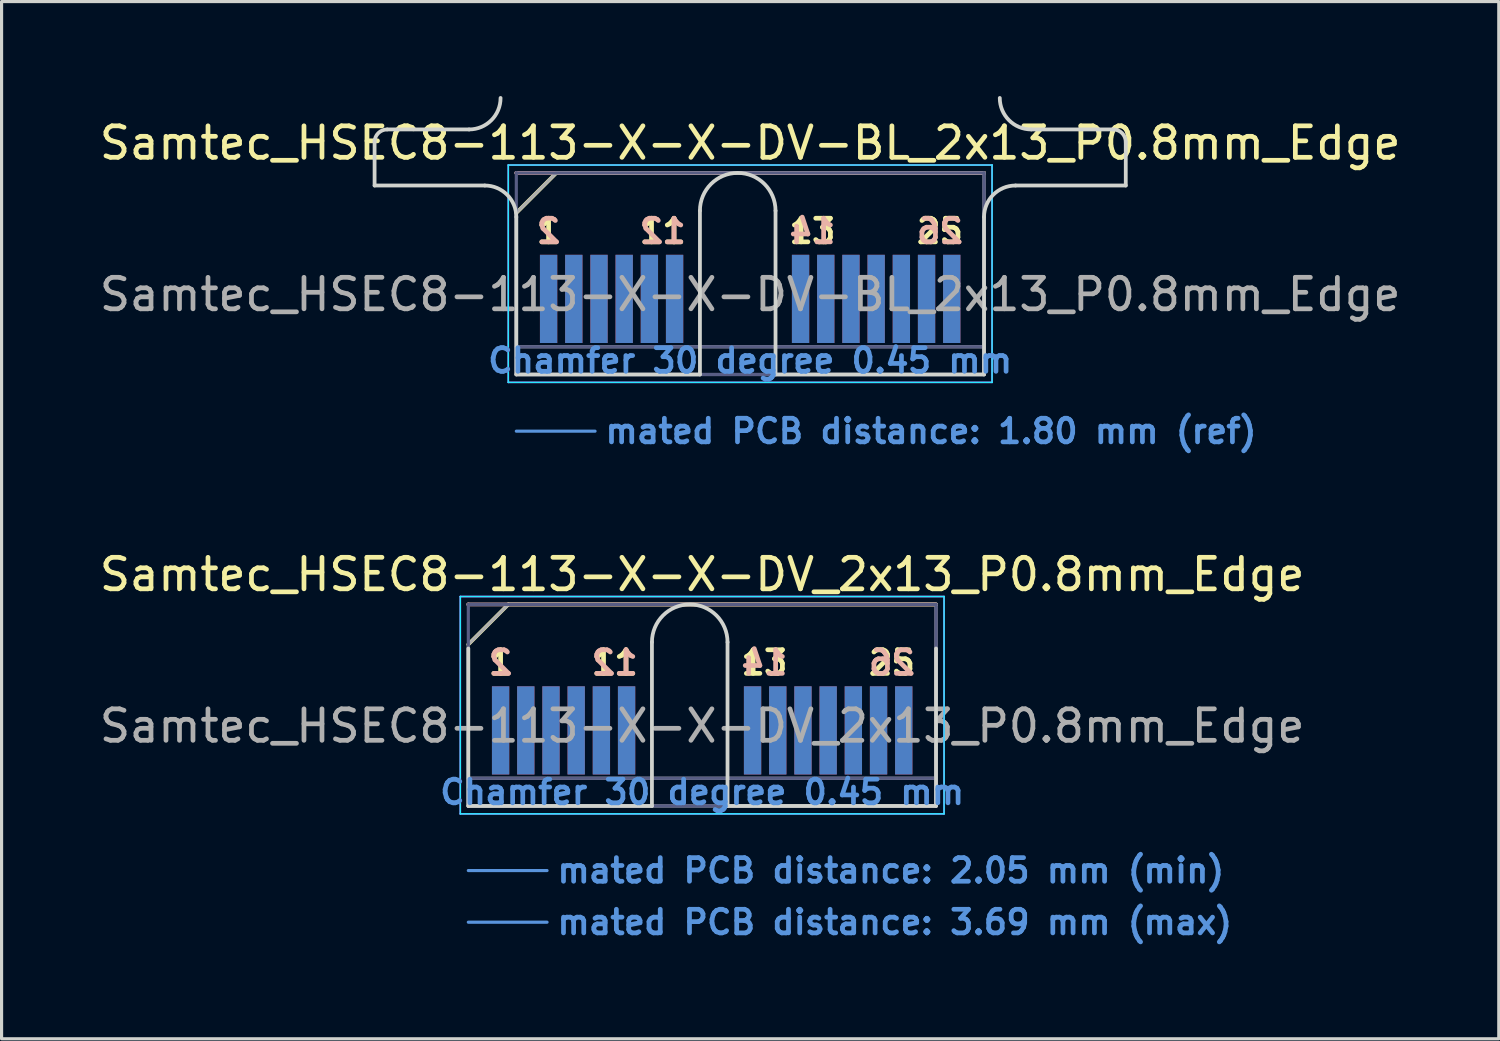
<source format=kicad_pcb>
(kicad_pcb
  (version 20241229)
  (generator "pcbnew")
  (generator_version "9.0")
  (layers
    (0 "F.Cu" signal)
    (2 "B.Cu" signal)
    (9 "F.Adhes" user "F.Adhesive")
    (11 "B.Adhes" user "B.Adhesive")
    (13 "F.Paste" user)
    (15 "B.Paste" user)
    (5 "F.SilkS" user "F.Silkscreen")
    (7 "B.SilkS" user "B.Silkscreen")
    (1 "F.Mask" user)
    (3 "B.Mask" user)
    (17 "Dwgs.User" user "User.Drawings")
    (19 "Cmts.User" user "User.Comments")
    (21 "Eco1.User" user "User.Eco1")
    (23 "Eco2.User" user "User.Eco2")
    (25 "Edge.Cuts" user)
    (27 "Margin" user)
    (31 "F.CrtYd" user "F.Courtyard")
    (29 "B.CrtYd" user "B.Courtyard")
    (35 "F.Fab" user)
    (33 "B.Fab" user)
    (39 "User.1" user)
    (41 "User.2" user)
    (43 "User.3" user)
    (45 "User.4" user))
  (footprint "Samtec_HSEC8-113-X-X-DV_2x13_P0.8mm_Edge"
    (layer "F.Cu")
    (at 19.244 22.54)
    (property "Reference" "Samtec_HSEC8-113-X-X-DV_2x13_P0.8mm_Edge" (at 0 -7.35 0) (layer "F.SilkS") (effects (font (size 1 1) (thickness 0.15))))
    (attr exclude_from_pos_files exclude_from_bom)
    (fp_line (start -7.425 -5.13) (end -6.155 -6.4) (stroke (width 0.12) (type solid)) (layer "F.SilkS"))
    (fp_line (start -6.155 -6.4) (end 7.425 -6.4) (stroke (width 0.12) (type solid)) (layer "F.SilkS"))
    (fp_line (start -7.425 -6.4) (end -7.425 -6.4) (stroke (width 0.12) (type solid)) (layer "B.SilkS"))
    (fp_line (start -7.425 -6.4) (end 7.425 -6.4) (stroke (width 0.12) (type solid)) (layer "B.SilkS"))
    (fp_line (start -7.425 2.05) (end -4.925 2.05) (stroke (width 0.1) (type solid)) (layer "Cmts.User"))
    (fp_line (start -7.425 3.69) (end -4.925 3.69) (stroke (width 0.1) (type solid)) (layer "Cmts.User"))
    (fp_line (start -7.425 -5) (end -7.425 0) (stroke (width 0.12) (type solid)) (layer "Edge.Cuts"))
    (fp_line (start -7.425 0) (end -1.595 0) (stroke (width 0.12) (type solid)) (layer "Edge.Cuts"))
    (fp_line (start -1.595 0) (end -1.595 -5.2) (stroke (width 0.12) (type solid)) (layer "Edge.Cuts"))
    (fp_line (start 0.805 -5.2) (end 0.805 0) (stroke (width 0.12) (type solid)) (layer "Edge.Cuts"))
    (fp_line (start 0.805 0) (end 7.425 0) (stroke (width 0.12) (type solid)) (layer "Edge.Cuts"))
    (fp_line (start 7.425 0) (end 7.425 -5) (stroke (width 0.12) (type solid)) (layer "Edge.Cuts"))
    (fp_arc (start -1.595 -5.2) (mid -0.395 -6.4) (end 0.805 -5.2) (stroke (width 0.12) (type solid)) (layer "Edge.Cuts"))
    (fp_line (start -7.68 -6.65) (end -7.68 0.25) (stroke (width 0.05) (type solid)) (layer "B.CrtYd"))
    (fp_line (start -7.68 0.25) (end 7.68 0.25) (stroke (width 0.05) (type solid)) (layer "B.CrtYd"))
    (fp_line (start 7.68 -6.65) (end -7.68 -6.65) (stroke (width 0.05) (type solid)) (layer "B.CrtYd"))
    (fp_line (start 7.68 0.25) (end 7.68 -6.65) (stroke (width 0.05) (type solid)) (layer "B.CrtYd"))
    (fp_line (start -7.68 -6.65) (end -7.68 0.25) (stroke (width 0.05) (type solid)) (layer "F.CrtYd"))
    (fp_line (start -7.68 0.25) (end 7.68 0.25) (stroke (width 0.05) (type solid)) (layer "F.CrtYd"))
    (fp_line (start 7.68 -6.65) (end -7.68 -6.65) (stroke (width 0.05) (type solid)) (layer "F.CrtYd"))
    (fp_line (start 7.68 0.25) (end 7.68 -6.65) (stroke (width 0.05) (type solid)) (layer "F.CrtYd"))
    (fp_line (start -7.425 -6.4) (end -7.425 -6.4) (stroke (width 0.1) (type solid)) (layer "B.Fab"))
    (fp_line (start -7.425 -6.4) (end -7.425 0) (stroke (width 0.1) (type solid)) (layer "B.Fab"))
    (fp_line (start -7.425 -6.4) (end 7.425 -6.4) (stroke (width 0.1) (type solid)) (layer "B.Fab"))
    (fp_line (start -7.425 -0.88) (end 7.425 -0.88) (stroke (width 0.1) (type solid)) (layer "B.Fab"))
    (fp_line (start -7.425 0) (end 7.425 0) (stroke (width 0.1) (type solid)) (layer "B.Fab"))
    (fp_line (start 7.425 -6.4) (end 7.425 0) (stroke (width 0.1) (type solid)) (layer "B.Fab"))
    (fp_line (start -7.425 -5.13) (end -7.425 0) (stroke (width 0.1) (type solid)) (layer "F.Fab"))
    (fp_line (start -7.425 -5.13) (end -6.155 -6.4) (stroke (width 0.1) (type solid)) (layer "F.Fab"))
    (fp_line (start -7.425 -0.88) (end 7.425 -0.88) (stroke (width 0.1) (type solid)) (layer "F.Fab"))
    (fp_line (start -7.425 0) (end 7.425 0) (stroke (width 0.1) (type solid)) (layer "F.Fab"))
    (fp_line (start -6.155 -6.4) (end 7.425 -6.4) (stroke (width 0.1) (type solid)) (layer "F.Fab"))
    (fp_line (start 7.425 -6.4) (end 7.425 0) (stroke (width 0.1) (type solid)) (layer "F.Fab"))
    (fp_text user "13" (at 1.975 -4.55 0) (layer "F.SilkS") (effects (font (size 0.75 0.75) (thickness 0.15))))
    (fp_text user "1" (at -6.4 -4.55 0) (layer "F.SilkS") (effects (font (size 0.75 0.75) (thickness 0.15))))
    (fp_text user "11" (at -2.775 -4.55 0) (layer "F.SilkS") (effects (font (size 0.75 0.75) (thickness 0.15))))
    (fp_text user "25" (at 6.025 -4.55 0) (layer "F.SilkS") (effects (font (size 0.75 0.75) (thickness 0.15))))
    (fp_text user "2" (at -6.4 -4.55 0) (layer "B.SilkS") (effects (font (size 0.75 0.75) (thickness 0.15)) (justify mirror)))
    (fp_text user "26" (at 6.025 -4.55 0) (layer "B.SilkS") (effects (font (size 0.75 0.75) (thickness 0.15)) (justify mirror)))
    (fp_text user "14" (at 1.975 -4.55 0) (layer "B.SilkS") (effects (font (size 0.75 0.75) (thickness 0.15)) (justify mirror)))
    (fp_text user "12" (at -2.775 -4.55 0) (layer "B.SilkS") (effects (font (size 0.75 0.75) (thickness 0.15)) (justify mirror)))
    (fp_text user "mated PCB distance: 3.69 mm (max)" (at -4.68 3.69 0) (layer "Cmts.User") (effects (font (size 0.75 0.75) (thickness 0.15)) (justify left)))
    (fp_text user "Chamfer 30 degree 0.45 mm" (at 0 -0.44 0) (layer "Cmts.User") (effects (font (size 0.75 0.75) (thickness 0.15))))
    (fp_text user "mated PCB distance: 2.05 mm (min)" (at -4.68 2.05 0) (layer "Cmts.User") (effects (font (size 0.75 0.75) (thickness 0.15)) (justify left)))
    (fp_text user "${REFERENCE}" (at 0 -2.54 0) (layer "F.Fab") (effects (font (size 1 1) (thickness 0.15))))
    (pad "1" connect rect (at -6.4 -2.4) (size 0.55 2.8) (layers "F.Cu" "F.Mask"))
    (pad "2" connect rect (at -6.4 -2.4) (size 0.55 2.8) (layers "B.Cu" "B.Mask"))
    (pad "3" connect rect (at -5.6 -2.4) (size 0.55 2.8) (layers "F.Cu" "F.Mask"))
    (pad "4" connect rect (at -5.6 -2.4) (size 0.55 2.8) (layers "B.Cu" "B.Mask"))
    (pad "5" connect rect (at -4.8 -2.4) (size 0.55 2.8) (layers "F.Cu" "F.Mask"))
    (pad "6" connect rect (at -4.8 -2.4) (size 0.55 2.8) (layers "B.Cu" "B.Mask"))
    (pad "7" connect rect (at -4 -2.4) (size 0.55 2.8) (layers "F.Cu" "F.Mask"))
    (pad "8" connect rect (at -4 -2.4) (size 0.55 2.8) (layers "B.Cu" "B.Mask"))
    (pad "9" connect rect (at -3.2 -2.4) (size 0.55 2.8) (layers "F.Cu" "F.Mask"))
    (pad "10" connect rect (at -3.2 -2.4) (size 0.55 2.8) (layers "B.Cu" "B.Mask"))
    (pad "11" connect rect (at -2.4 -2.4) (size 0.55 2.8) (layers "F.Cu" "F.Mask"))
    (pad "12" connect rect (at -2.4 -2.4) (size 0.55 2.8) (layers "B.Cu" "B.Mask"))
    (pad "13" connect rect (at 1.6 -2.4) (size 0.55 2.8) (layers "F.Cu" "F.Mask"))
    (pad "14" connect rect (at 1.6 -2.4) (size 0.55 2.8) (layers "B.Cu" "B.Mask"))
    (pad "15" connect rect (at 2.4 -2.4) (size 0.55 2.8) (layers "F.Cu" "F.Mask"))
    (pad "16" connect rect (at 2.4 -2.4) (size 0.55 2.8) (layers "B.Cu" "B.Mask"))
    (pad "17" connect rect (at 3.2 -2.4) (size 0.55 2.8) (layers "F.Cu" "F.Mask"))
    (pad "18" connect rect (at 3.2 -2.4) (size 0.55 2.8) (layers "B.Cu" "B.Mask"))
    (pad "19" connect rect (at 4 -2.4) (size 0.55 2.8) (layers "F.Cu" "F.Mask"))
    (pad "20" connect rect (at 4 -2.4) (size 0.55 2.8) (layers "B.Cu" "B.Mask"))
    (pad "21" connect rect (at 4.8 -2.4) (size 0.55 2.8) (layers "F.Cu" "F.Mask"))
    (pad "22" connect rect (at 4.8 -2.4) (size 0.55 2.8) (layers "B.Cu" "B.Mask"))
    (pad "23" connect rect (at 5.6 -2.4) (size 0.55 2.8) (layers "F.Cu" "F.Mask"))
    (pad "24" connect rect (at 5.6 -2.4) (size 0.55 2.8) (layers "B.Cu" "B.Mask"))
    (pad "25" connect rect (at 6.4 -2.4) (size 0.55 2.8) (layers "F.Cu" "F.Mask"))
    (pad "26" connect rect (at 6.4 -2.4) (size 0.55 2.8) (layers "B.Cu" "B.Mask")))
  (footprint "Samtec_HSEC8-113-X-X-DV-BL_2x13_P0.8mm_Edge"
    (layer "F.Cu")
    (at 20.768 8.84)
    (property "Reference" "Samtec_HSEC8-113-X-X-DV-BL_2x13_P0.8mm_Edge" (at 0 -7.35 0) (layer "F.SilkS") (effects (font (size 1 1) (thickness 0.15))))
    (attr exclude_from_pos_files exclude_from_bom)
    (fp_line (start -7.425 -5.13) (end -6.155 -6.4) (stroke (width 0.12) (type solid)) (layer "F.SilkS"))
    (fp_line (start -6.155 -6.4) (end 7.425 -6.4) (stroke (width 0.12) (type solid)) (layer "F.SilkS"))
    (fp_line (start -7.425 -6.4) (end -7.425 -6.4) (stroke (width 0.12) (type solid)) (layer "B.SilkS"))
    (fp_line (start -7.425 -6.4) (end 7.425 -6.4) (stroke (width 0.12) (type solid)) (layer "B.SilkS"))
    (fp_line (start -7.425 1.8) (end -4.925 1.8) (stroke (width 0.1) (type solid)) (layer "Cmts.User"))
    (fp_line (start -11.925 -6) (end -11.925 -7.38) (stroke (width 0.12) (type solid)) (layer "Edge.Cuts"))
    (fp_line (start -11.525 -7.78) (end -8.925 -7.78) (stroke (width 0.12) (type solid)) (layer "Edge.Cuts"))
    (fp_line (start -8.425 -6) (end -11.925 -6) (stroke (width 0.12) (type solid)) (layer "Edge.Cuts"))
    (fp_line (start -7.425 -5) (end -7.425 0) (stroke (width 0.12) (type solid)) (layer "Edge.Cuts"))
    (fp_line (start -7.425 0) (end -1.595 0) (stroke (width 0.12) (type solid)) (layer "Edge.Cuts"))
    (fp_line (start -1.595 0) (end -1.595 -5.2) (stroke (width 0.12) (type solid)) (layer "Edge.Cuts"))
    (fp_line (start 0.805 -5.2) (end 0.805 0) (stroke (width 0.12) (type solid)) (layer "Edge.Cuts"))
    (fp_line (start 0.805 0) (end 7.425 0) (stroke (width 0.12) (type solid)) (layer "Edge.Cuts"))
    (fp_line (start 7.425 0) (end 7.425 -5) (stroke (width 0.12) (type solid)) (layer "Edge.Cuts"))
    (fp_line (start 8.425 -6) (end 11.925 -6) (stroke (width 0.12) (type solid)) (layer "Edge.Cuts"))
    (fp_line (start 11.525 -7.78) (end 8.925 -7.78) (stroke (width 0.12) (type solid)) (layer "Edge.Cuts"))
    (fp_line (start 11.925 -6) (end 11.925 -7.38) (stroke (width 0.12) (type solid)) (layer "Edge.Cuts"))
    (fp_arc (start -11.925 -7.38) (mid -11.807843 -7.662843) (end -11.525 -7.78) (stroke (width 0.12) (type solid)) (layer "Edge.Cuts"))
    (fp_arc (start -8.425 -6) (mid -7.717893 -5.707107) (end -7.425 -5) (stroke (width 0.12) (type solid)) (layer "Edge.Cuts"))
    (fp_arc (start -7.925 -8.78) (mid -8.217893 -8.072893) (end -8.925 -7.78) (stroke (width 0.12) (type solid)) (layer "Edge.Cuts"))
    (fp_arc (start -1.595 -5.2) (mid -0.395 -6.4) (end 0.805 -5.2) (stroke (width 0.12) (type solid)) (layer "Edge.Cuts"))
    (fp_arc (start 7.425 -5) (mid 7.717893 -5.707107) (end 8.425 -6) (stroke (width 0.12) (type solid)) (layer "Edge.Cuts"))
    (fp_arc (start 8.925 -7.78) (mid 8.217893 -8.072893) (end 7.925 -8.78) (stroke (width 0.12) (type solid)) (layer "Edge.Cuts"))
    (fp_arc (start 11.525 -7.78) (mid 11.807843 -7.662843) (end 11.925 -7.38) (stroke (width 0.12) (type solid)) (layer "Edge.Cuts"))
    (fp_line (start -7.68 -6.65) (end -7.68 0.25) (stroke (width 0.05) (type solid)) (layer "B.CrtYd"))
    (fp_line (start -7.68 0.25) (end 7.68 0.25) (stroke (width 0.05) (type solid)) (layer "B.CrtYd"))
    (fp_line (start 7.68 -6.65) (end -7.68 -6.65) (stroke (width 0.05) (type solid)) (layer "B.CrtYd"))
    (fp_line (start 7.68 0.25) (end 7.68 -6.65) (stroke (width 0.05) (type solid)) (layer "B.CrtYd"))
    (fp_line (start -7.68 -6.65) (end -7.68 0.25) (stroke (width 0.05) (type solid)) (layer "F.CrtYd"))
    (fp_line (start -7.68 0.25) (end 7.68 0.25) (stroke (width 0.05) (type solid)) (layer "F.CrtYd"))
    (fp_line (start 7.68 -6.65) (end -7.68 -6.65) (stroke (width 0.05) (type solid)) (layer "F.CrtYd"))
    (fp_line (start 7.68 0.25) (end 7.68 -6.65) (stroke (width 0.05) (type solid)) (layer "F.CrtYd"))
    (fp_line (start -7.425 -6.4) (end -7.425 -6.4) (stroke (width 0.1) (type solid)) (layer "B.Fab"))
    (fp_line (start -7.425 -6.4) (end -7.425 0) (stroke (width 0.1) (type solid)) (layer "B.Fab"))
    (fp_line (start -7.425 -6.4) (end 7.425 -6.4) (stroke (width 0.1) (type solid)) (layer "B.Fab"))
    (fp_line (start -7.425 -0.88) (end 7.425 -0.88) (stroke (width 0.1) (type solid)) (layer "B.Fab"))
    (fp_line (start -7.425 0) (end 7.425 0) (stroke (width 0.1) (type solid)) (layer "B.Fab"))
    (fp_line (start 7.425 -6.4) (end 7.425 0) (stroke (width 0.1) (type solid)) (layer "B.Fab"))
    (fp_line (start -7.425 -5.13) (end -7.425 0) (stroke (width 0.1) (type solid)) (layer "F.Fab"))
    (fp_line (start -7.425 -5.13) (end -6.155 -6.4) (stroke (width 0.1) (type solid)) (layer "F.Fab"))
    (fp_line (start -7.425 -0.88) (end 7.425 -0.88) (stroke (width 0.1) (type solid)) (layer "F.Fab"))
    (fp_line (start -7.425 0) (end 7.425 0) (stroke (width 0.1) (type solid)) (layer "F.Fab"))
    (fp_line (start -6.155 -6.4) (end 7.425 -6.4) (stroke (width 0.1) (type solid)) (layer "F.Fab"))
    (fp_line (start 7.425 -6.4) (end 7.425 0) (stroke (width 0.1) (type solid)) (layer "F.Fab"))
    (fp_text user "25" (at 6.025 -4.55 0) (layer "F.SilkS") (effects (font (size 0.75 0.75) (thickness 0.15))))
    (fp_text user "13" (at 1.975 -4.55 0) (layer "F.SilkS") (effects (font (size 0.75 0.75) (thickness 0.15))))
    (fp_text user "11" (at -2.775 -4.55 0) (layer "F.SilkS") (effects (font (size 0.75 0.75) (thickness 0.15))))
    (fp_text user "1" (at -6.4 -4.55 0) (layer "F.SilkS") (effects (font (size 0.75 0.75) (thickness 0.15))))
    (fp_text user "14" (at 1.975 -4.55 0) (layer "B.SilkS") (effects (font (size 0.75 0.75) (thickness 0.15)) (justify mirror)))
    (fp_text user "2" (at -6.4 -4.55 0) (layer "B.SilkS") (effects (font (size 0.75 0.75) (thickness 0.15)) (justify mirror)))
    (fp_text user "12" (at -2.775 -4.55 0) (layer "B.SilkS") (effects (font (size 0.75 0.75) (thickness 0.15)) (justify mirror)))
    (fp_text user "26" (at 6.025 -4.55 0) (layer "B.SilkS") (effects (font (size 0.75 0.75) (thickness 0.15)) (justify mirror)))
    (fp_text user "Chamfer 30 degree 0.45 mm" (at 0 -0.44 0) (layer "Cmts.User") (effects (font (size 0.75 0.75) (thickness 0.15))))
    (fp_text user "mated PCB distance: 1.80 mm (ref)" (at -4.68 1.8 0) (layer "Cmts.User") (effects (font (size 0.75 0.75) (thickness 0.15)) (justify left)))
    (fp_text user "${REFERENCE}" (at 0 -2.54 0) (layer "F.Fab") (effects (font (size 1 1) (thickness 0.15))))
    (pad "1" connect rect (at -6.4 -2.4) (size 0.55 2.8) (layers "F.Cu" "F.Mask"))
    (pad "2" connect rect (at -6.4 -2.4) (size 0.55 2.8) (layers "B.Cu" "B.Mask"))
    (pad "3" connect rect (at -5.6 -2.4) (size 0.55 2.8) (layers "F.Cu" "F.Mask"))
    (pad "4" connect rect (at -5.6 -2.4) (size 0.55 2.8) (layers "B.Cu" "B.Mask"))
    (pad "5" connect rect (at -4.8 -2.4) (size 0.55 2.8) (layers "F.Cu" "F.Mask"))
    (pad "6" connect rect (at -4.8 -2.4) (size 0.55 2.8) (layers "B.Cu" "B.Mask"))
    (pad "7" connect rect (at -4 -2.4) (size 0.55 2.8) (layers "F.Cu" "F.Mask"))
    (pad "8" connect rect (at -4 -2.4) (size 0.55 2.8) (layers "B.Cu" "B.Mask"))
    (pad "9" connect rect (at -3.2 -2.4) (size 0.55 2.8) (layers "F.Cu" "F.Mask"))
    (pad "10" connect rect (at -3.2 -2.4) (size 0.55 2.8) (layers "B.Cu" "B.Mask"))
    (pad "11" connect rect (at -2.4 -2.4) (size 0.55 2.8) (layers "F.Cu" "F.Mask"))
    (pad "12" connect rect (at -2.4 -2.4) (size 0.55 2.8) (layers "B.Cu" "B.Mask"))
    (pad "13" connect rect (at 1.6 -2.4) (size 0.55 2.8) (layers "F.Cu" "F.Mask"))
    (pad "14" connect rect (at 1.6 -2.4) (size 0.55 2.8) (layers "B.Cu" "B.Mask"))
    (pad "15" connect rect (at 2.4 -2.4) (size 0.55 2.8) (layers "F.Cu" "F.Mask"))
    (pad "16" connect rect (at 2.4 -2.4) (size 0.55 2.8) (layers "B.Cu" "B.Mask"))
    (pad "17" connect rect (at 3.2 -2.4) (size 0.55 2.8) (layers "F.Cu" "F.Mask"))
    (pad "18" connect rect (at 3.2 -2.4) (size 0.55 2.8) (layers "B.Cu" "B.Mask"))
    (pad "19" connect rect (at 4 -2.4) (size 0.55 2.8) (layers "F.Cu" "F.Mask"))
    (pad "20" connect rect (at 4 -2.4) (size 0.55 2.8) (layers "B.Cu" "B.Mask"))
    (pad "21" connect rect (at 4.8 -2.4) (size 0.55 2.8) (layers "F.Cu" "F.Mask"))
    (pad "22" connect rect (at 4.8 -2.4) (size 0.55 2.8) (layers "B.Cu" "B.Mask"))
    (pad "23" connect rect (at 5.6 -2.4) (size 0.55 2.8) (layers "F.Cu" "F.Mask"))
    (pad "24" connect rect (at 5.6 -2.4) (size 0.55 2.8) (layers "B.Cu" "B.Mask"))
    (pad "25" connect rect (at 6.4 -2.4) (size 0.55 2.8) (layers "F.Cu" "F.Mask"))
    (pad "26" connect rect (at 6.4 -2.4) (size 0.55 2.8) (layers "B.Cu" "B.Mask")))
  (gr_rect
    (start -3 -3)
    (end 44.536 29.932)
    (stroke (width 0.1) (type default))
    (fill no)
    (layer "Edge.Cuts")))
</source>
